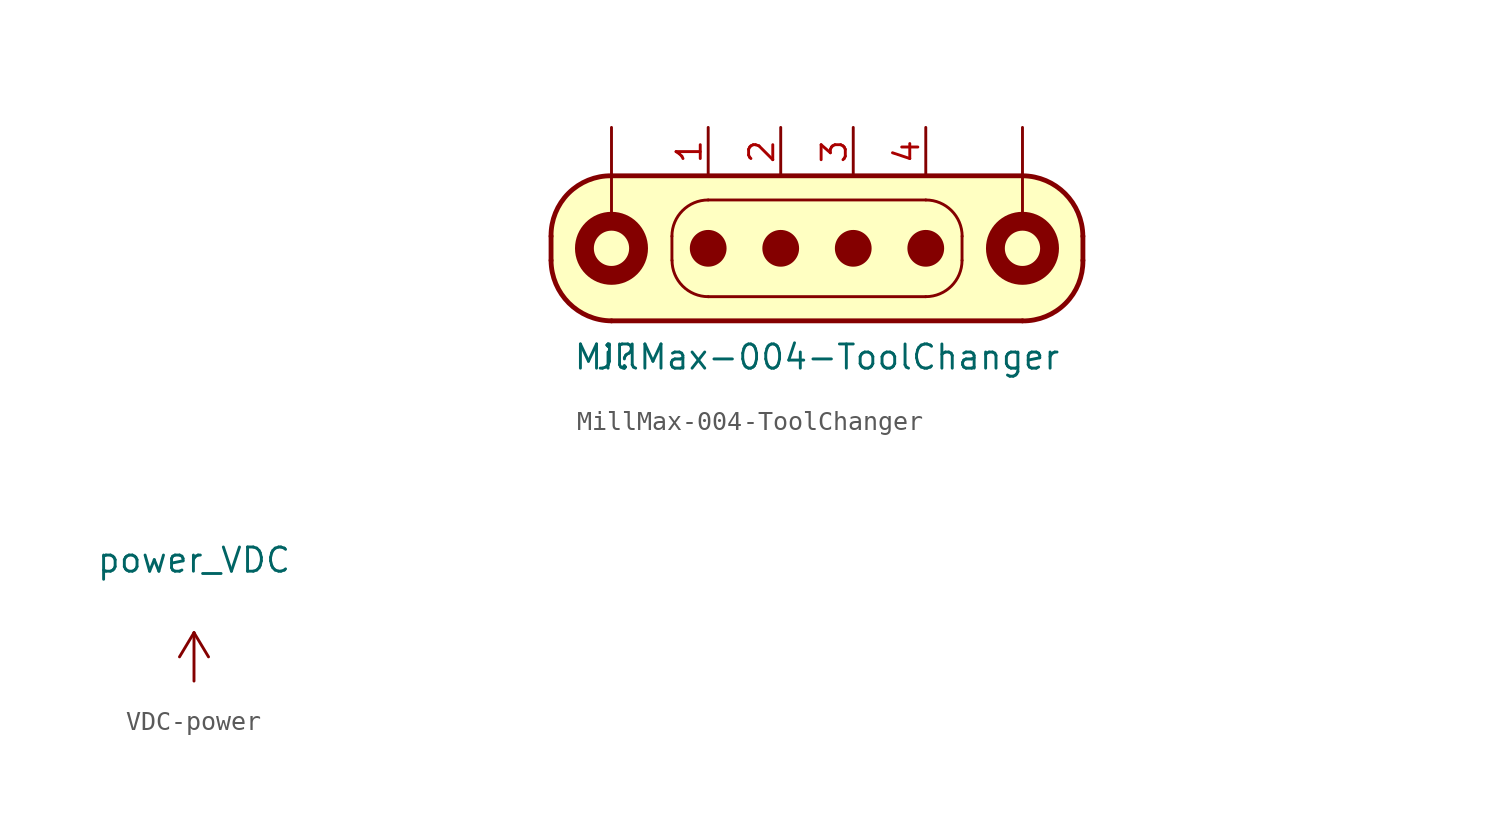
<source format=kicad_sym>
(kicad_symbol_lib
  (version 20231120)
  (generator "kicad_symbol_editor")
  (generator_version "8.0")
  (symbol "MillMax-004-ToolChanger"
    (pin_names
      (offset 1.016))
    (property "Reference" "J"
      (at -10.541 -5.715 0)
      (effects (font (size 1.27 1.27))))
    (property "Value" "MillMax-004-ToolChanger"
      (at 0 -5.715 0)
      (effects (font (size 1.27 1.27))))
    (symbol "MillMax-004-ToolChanger_0_1"
      (rectangle (start -33.02 0.508) (end -22.225 -5.207) (stroke (width -0.991) (type solid)) (fill (type none)))
      (rectangle (start -22.225 -5.207) (end -24.13 -5.207) (stroke (width -0.991) (type solid)) (fill (type none)))
      (arc (start -13.97 -0.635) (mid -13.0386 -2.871) (end -10.795 -3.81) (stroke (width 0.254) (type solid)) (fill (type none)))
      (circle (center -10.795 0) (radius 1.422) (stroke (width 0.991) (type solid)) (fill (type none)))
      (arc (start -10.795 3.81) (mid -13.0565 2.8891) (end -13.97 0.635) (stroke (width 0.254) (type solid)) (fill (type none)))
      (arc (start -7.62 -0.635) (mid -7.062 -1.982) (end -5.715 -2.54) (stroke (width 0) (type solid)) (fill (type none)))
      (circle (center -5.715 0) (radius 0.889) (stroke (width 0) (type solid)) (fill (type outline)))
      (arc (start -5.715 2.54) (mid -7.062 1.982) (end -7.62 0.635) (stroke (width 0) (type solid)) (fill (type none)))
      (circle (center -1.905 0) (radius 0.889) (stroke (width 0) (type solid)) (fill (type outline)))
      (polyline (pts (xy -13.97 -0.635) (xy -13.97 0.635)) (stroke (width 0.254) (type solid)) (fill (type none)))
      (polyline (pts (xy -10.795 3.81) (xy 10.795 3.81)) (stroke (width 0.254) (type solid)) (fill (type background)))
      (polyline (pts (xy -7.62 -0.635) (xy -7.62 0.635)) (stroke (width 0) (type solid)) (fill (type none)))
      (polyline (pts (xy -5.715 2.54) (xy 5.715 2.54)) (stroke (width 0) (type solid)) (fill (type none)))
      (polyline (pts (xy 5.715 -2.54) (xy -5.715 -2.54)) (stroke (width 0) (type solid)) (fill (type none)))
      (polyline (pts (xy 7.62 0.635) (xy 7.62 -0.635)) (stroke (width 0) (type solid)) (fill (type none)))
      (polyline (pts (xy 10.795 -3.81) (xy -10.795 -3.81)) (stroke (width 0.254) (type solid)) (fill (type none)))
      (polyline (pts (xy 13.97 0.635) (xy 13.97 -0.635)) (stroke (width 0.254) (type solid)) (fill (type none)))
      (polyline (pts (xy -10.922 3.81) (xy 10.922 3.81) (xy 11.938 3.556) (xy 12.446 3.302) (xy 13.208 2.54) (xy 13.716 1.524) (xy 13.97 0.762) (xy 13.97 -0.762) (xy 13.716 -1.778) (xy 13.208 -2.54) (xy 12.446 -3.302) (xy 11.938 -3.556) (xy 10.668 -3.81) (xy -10.668 -3.81) (xy -11.938 -3.556) (xy -12.7 -3.048) (xy -13.462 -2.286) (xy -13.716 -1.778) (xy -13.97 -1.016) (xy -13.97 0.762) (xy -13.716 1.778) (xy -13.208 2.54) (xy -12.446 3.302) (xy -11.938 3.556) (xy -10.922 3.81)) (stroke (width -0.991) (type solid)) (fill (type background)))
      (circle (center 1.905 0) (radius 0.889) (stroke (width 0) (type solid)) (fill (type outline)))
      (arc (start 5.715 -2.54) (mid 7.062 -1.982) (end 7.62 -0.635) (stroke (width 0) (type solid)) (fill (type none)))
      (circle (center 5.715 0) (radius 0.889) (stroke (width 0) (type solid)) (fill (type outline)))
      (arc (start 7.62 0.635) (mid 7.062 1.982) (end 5.715 2.54) (stroke (width 0) (type solid)) (fill (type none)))
      (rectangle (start 10.16 -0.635) (end 10.16 1.27) (stroke (width -0.991) (type solid)) (fill (type none)))
      (arc (start 10.795 -3.81) (mid 13.0565 -2.8891) (end 13.97 -0.635) (stroke (width 0.254) (type solid)) (fill (type none)))
      (circle (center 10.795 0) (radius 1.422) (stroke (width 0.991) (type solid)) (fill (type none)))
      (rectangle (start 12.065 7.62) (end 26.035 6.985) (stroke (width -0.991) (type solid)) (fill (type none)))
      (arc (start 13.97 0.635) (mid 13.0386 2.871) (end 10.795 3.81) (stroke (width 0.254) (type solid)) (fill (type none))))
    (symbol "MillMax-004-ToolChanger_1_1"
      (pin bidirectional line (at -5.715 6.35 270) (length 2.54) (name "~" (effects (font (size 1.27 1.27)))) (number "1" (effects (font (size 1.27 1.27)))))
      (pin bidirectional line (at -1.905 6.35 270) (length 2.54) (name "~" (effects (font (size 1.27 1.27)))) (number "2" (effects (font (size 1.27 1.27)))))
      (pin bidirectional line (at 1.905 6.35 270) (length 2.54) (name "~" (effects (font (size 1.27 1.27)))) (number "3" (effects (font (size 1.27 1.27)))))
      (pin bidirectional line (at 5.715 6.35 270) (length 2.54) (name "~" (effects (font (size 1.27 1.27)))) (number "4" (effects (font (size 1.27 1.27)))))
      (pin bidirectional line (at -10.795 6.35 270) (length 5.004) (name "~" (effects (font (size 1.27 1.27)))) (number "~" (effects (font (size 1.27 1.27)))))
      (pin bidirectional line (at 10.795 6.35 270) (length 5.004) (name "~" (effects (font (size 1.27 1.27)))) (number "~" (effects (font (size 1.27 1.27)))))))
  (symbol "VDC-power"
    (power)
    (pin_names
      (offset 0))
    (property "Reference" "#PWR"
      (at 0 -2.54 0)
      (effects (font (size 1.27 1.27)) (hide yes)))
    (property "Value" "power_VDC"
      (at 0 6.35 0)
      (effects (font (size 1.27 1.27))))
    (symbol "VDC-power_0_1"
      (polyline (pts (xy -0.762 1.27) (xy 0 2.54)) (stroke (width 0) (type solid)) (fill (type none)))
      (polyline (pts (xy 0 0) (xy 0 2.54)) (stroke (width 0) (type solid)) (fill (type none)))
      (polyline (pts (xy 0 2.54) (xy 0.762 1.27)) (stroke (width 0) (type solid)) (fill (type none))))
    (symbol "VDC-power_1_1"
      (pin power_in line (at 0 0 90) (length 0) hide (name "VDC" (effects (font (size 1.27 1.27)))) (number "1" (effects (font (size 1.27 1.27))))))))
</source>
